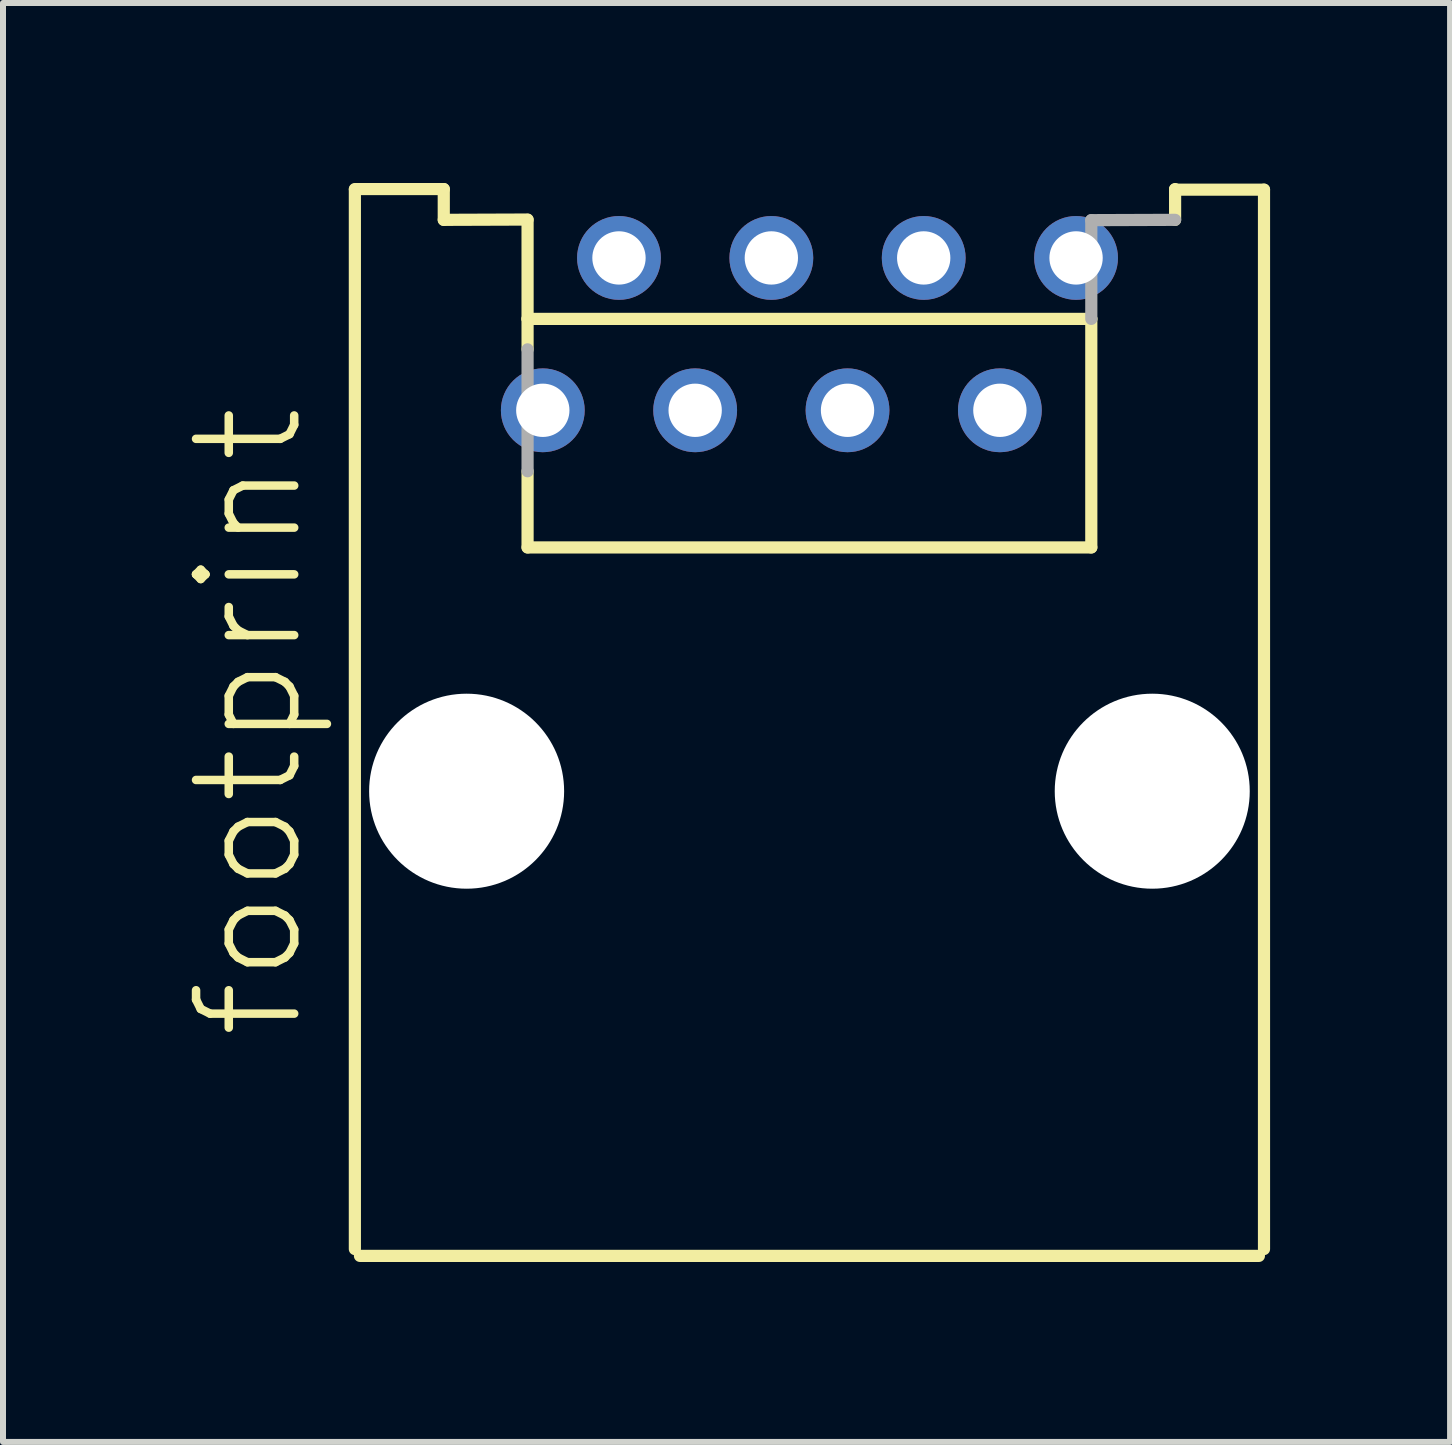
<source format=kicad_pcb>
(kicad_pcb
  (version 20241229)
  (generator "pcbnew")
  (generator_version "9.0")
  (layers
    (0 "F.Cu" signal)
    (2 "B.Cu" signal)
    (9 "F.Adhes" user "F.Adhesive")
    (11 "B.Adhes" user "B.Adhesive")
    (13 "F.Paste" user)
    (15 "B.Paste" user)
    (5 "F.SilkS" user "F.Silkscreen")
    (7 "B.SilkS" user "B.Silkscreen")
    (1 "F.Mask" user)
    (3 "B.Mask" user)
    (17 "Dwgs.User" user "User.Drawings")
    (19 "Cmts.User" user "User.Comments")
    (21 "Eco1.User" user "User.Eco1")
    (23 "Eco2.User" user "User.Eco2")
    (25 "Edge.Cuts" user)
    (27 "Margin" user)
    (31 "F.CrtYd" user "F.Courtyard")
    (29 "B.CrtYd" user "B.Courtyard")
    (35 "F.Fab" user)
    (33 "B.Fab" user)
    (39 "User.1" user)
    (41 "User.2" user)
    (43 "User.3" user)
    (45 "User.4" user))
  (footprint "footprint"
    (layer "F.Cu")
    (at 10.444 10.14)
    (property "Reference" "footprint" (at -8.382 4.191 90) (layer "F.SilkS") (effects (font (size 1.636 1.636) (thickness 0.142)) (justify left bottom)))
    (fp_line (start -7.578 7.633) (end -7.578 -10.028) (stroke (width 0.203) (type solid)) (layer "F.SilkS"))
    (fp_line (start -6.096 -10.038) (end -7.578 -10.038) (stroke (width 0.203) (type solid)) (layer "F.SilkS"))
    (fp_line (start -6.096 -9.525) (end -6.096 -10.038) (stroke (width 0.203) (type solid)) (layer "F.SilkS"))
    (fp_line (start -4.699 -9.53) (end -6.096 -9.525) (stroke (width 0.203) (type solid)) (layer "F.SilkS"))
    (fp_line (start -4.699 -9.525) (end -4.699 -7.874) (stroke (width 0.203) (type solid)) (layer "F.SilkS"))
    (fp_line (start -4.699 -7.874) (end -4.699 -7.366) (stroke (width 0.203) (type solid)) (layer "F.SilkS"))
    (fp_line (start -4.699 -7.874) (end 4.699 -7.874) (stroke (width 0.203) (type solid)) (layer "F.SilkS"))
    (fp_line (start -4.699 -5.334) (end -4.699 -4.064) (stroke (width 0.203) (type solid)) (layer "F.SilkS"))
    (fp_line (start -4.699 -4.064) (end 4.699 -4.064) (stroke (width 0.203) (type solid)) (layer "F.SilkS"))
    (fp_line (start 4.699 -7.874) (end 4.699 -4.064) (stroke (width 0.203) (type solid)) (layer "F.SilkS"))
    (fp_line (start 6.096 -10.028) (end 6.096 -10.038) (stroke (width 0.203) (type solid)) (layer "F.SilkS"))
    (fp_line (start 6.096 -10.028) (end 7.578 -10.028) (stroke (width 0.203) (type solid)) (layer "F.SilkS"))
    (fp_line (start 6.096 -9.525) (end 6.096 -10.028) (stroke (width 0.203) (type solid)) (layer "F.SilkS"))
    (fp_line (start 7.493 7.747) (end -7.493 7.747) (stroke (width 0.203) (type solid)) (layer "F.SilkS"))
    (fp_line (start 7.578 -10.028) (end 7.578 7.633) (stroke (width 0.203) (type solid)) (layer "F.SilkS"))
    (fp_line (start -4.699 -7.366) (end -4.699 -5.334) (stroke (width 0.203) (type solid)) (layer "F.Fab"))
    (fp_line (start 4.699 -9.52) (end 4.699 -7.874) (stroke (width 0.203) (type solid)) (layer "F.Fab"))
    (fp_line (start 4.699 -9.52) (end 6.096 -9.525) (stroke (width 0.203) (type solid)) (layer "F.Fab"))
    (pad "" np_thru_hole circle (at -5.715 0) (size 3.251 3.251) (drill 3.251) (layers "*.Cu" "*.Mask"))
    (pad "" np_thru_hole circle (at 5.715 0) (size 3.251 3.251) (drill 3.251) (layers "*.Cu" "*.Mask"))
    (pad "1" thru_hole circle (at -4.445 -6.35) (size 1.397 1.397) (drill 0.889) (layers "*.Cu" "*.Mask"))
    (pad "2" thru_hole circle (at -3.175 -8.89) (size 1.397 1.397) (drill 0.889) (layers "*.Cu" "*.Mask"))
    (pad "3" thru_hole circle (at -1.905 -6.35) (size 1.397 1.397) (drill 0.889) (layers "*.Cu" "*.Mask"))
    (pad "4" thru_hole circle (at -0.635 -8.89) (size 1.397 1.397) (drill 0.889) (layers "*.Cu" "*.Mask"))
    (pad "5" thru_hole circle (at 0.635 -6.35) (size 1.397 1.397) (drill 0.889) (layers "*.Cu" "*.Mask"))
    (pad "6" thru_hole circle (at 1.905 -8.89) (size 1.397 1.397) (drill 0.889) (layers "*.Cu" "*.Mask"))
    (pad "7" thru_hole circle (at 3.175 -6.35) (size 1.397 1.397) (drill 0.889) (layers "*.Cu" "*.Mask"))
    (pad "8" thru_hole circle (at 4.445 -8.89) (size 1.397 1.397) (drill 0.889) (layers "*.Cu" "*.Mask")))
  (gr_rect
    (start -3 -3)
    (end 21.124 20.988)
    (stroke (width 0.1) (type default))
    (fill no)
    (layer "Edge.Cuts")))
</source>
